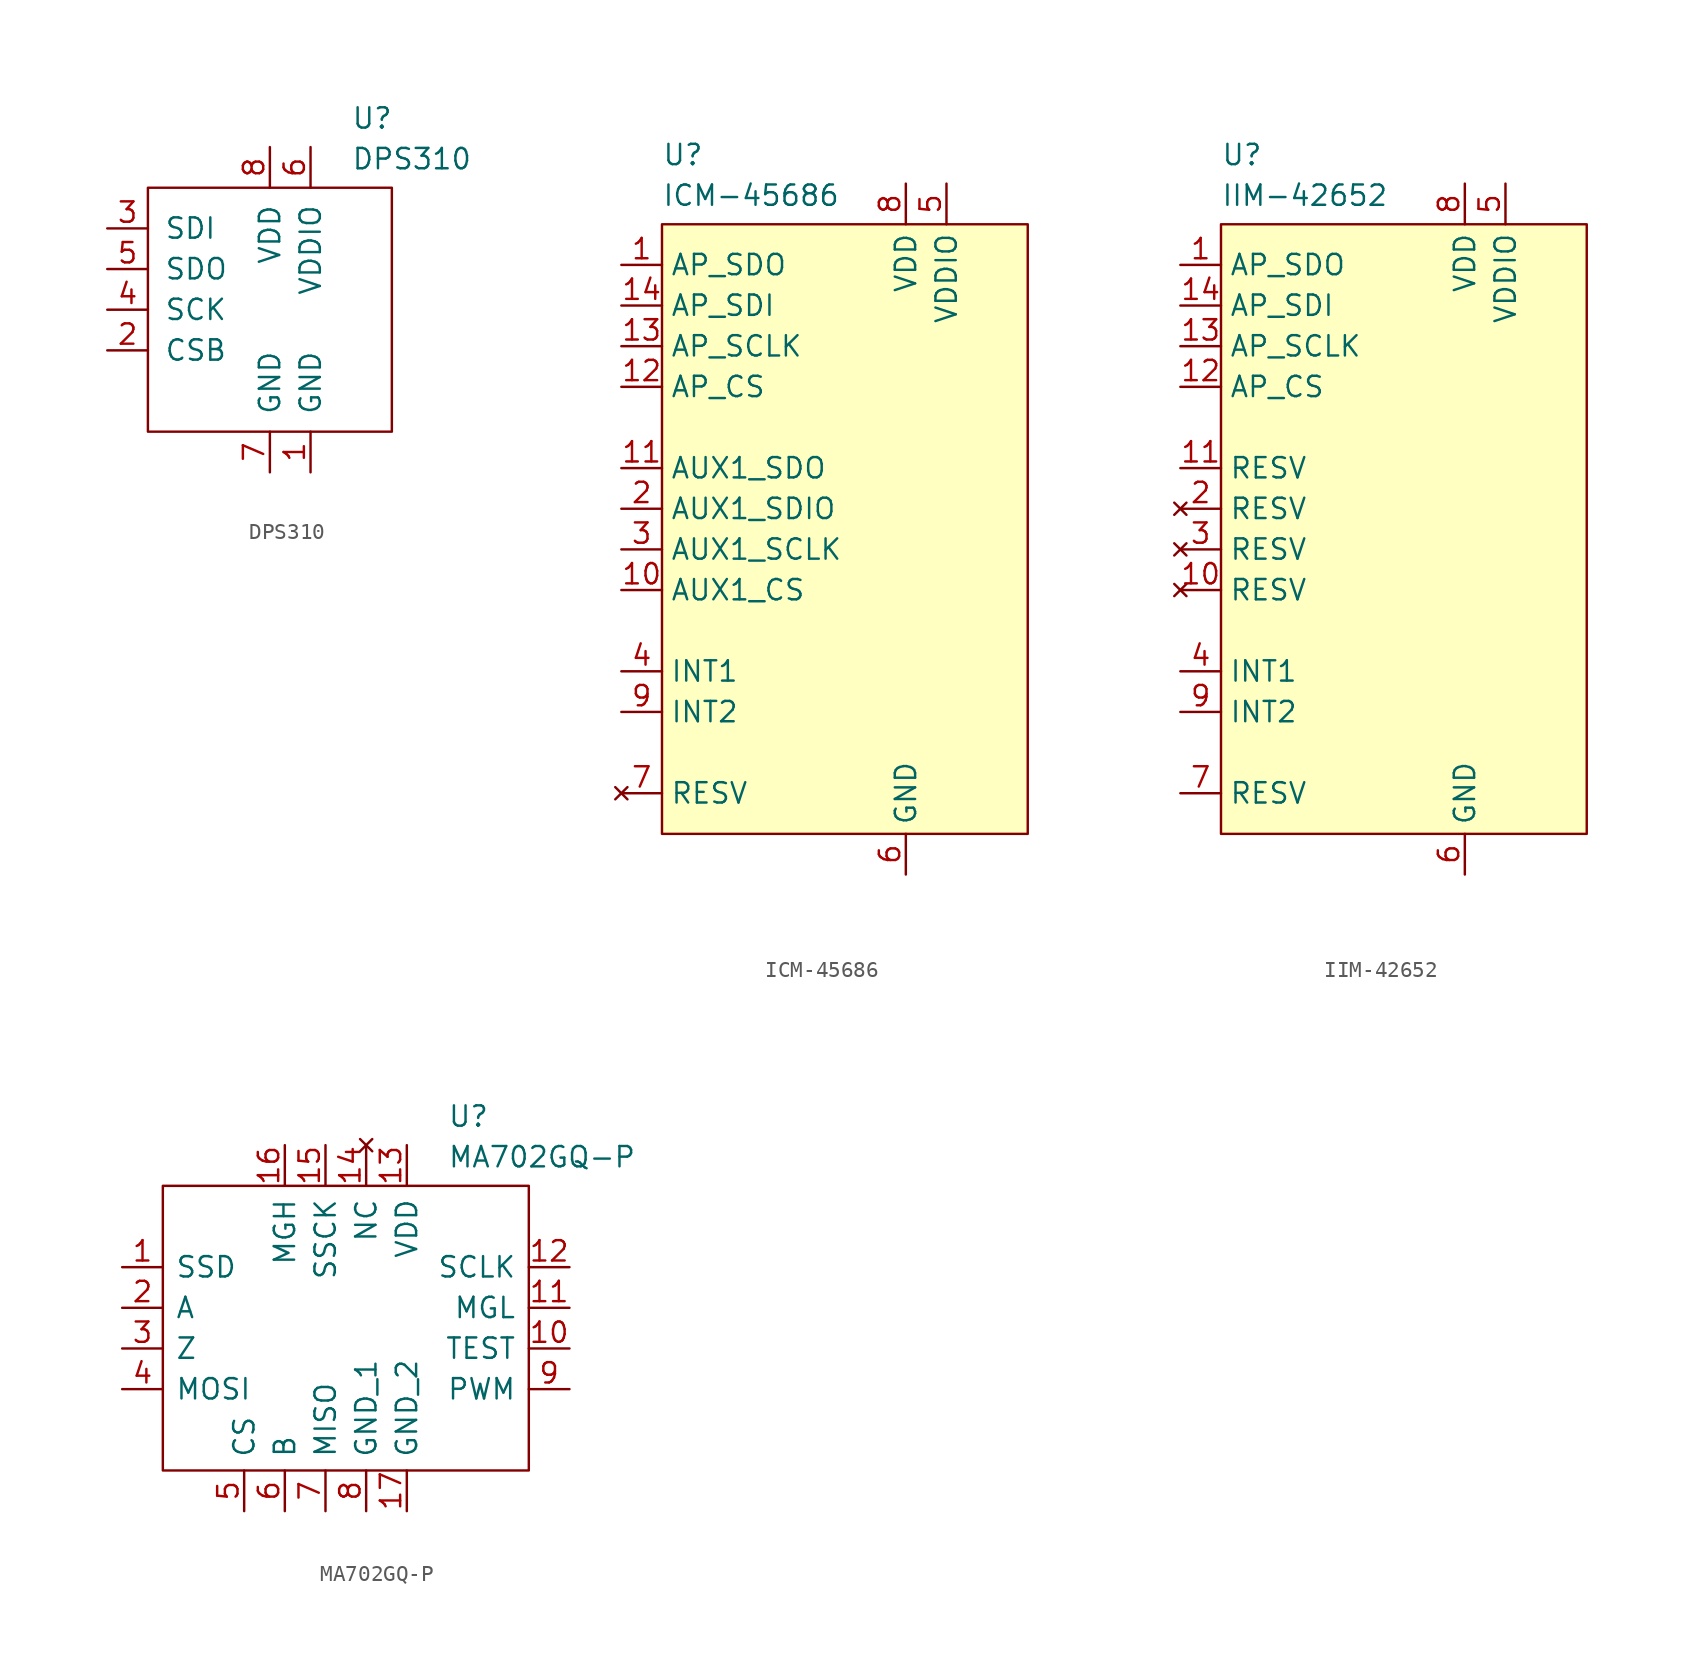
<source format=kicad_sym>
(kicad_symbol_lib
  (version 20241209)
  (generator "kicad_symbol_editor")
  (generator_version "9.0")
  (symbol "DPS310"
    (pin_names
      (offset 1.016))
    (property "Reference" "U"
      (at 15.24 7.62 0)
      (effects (font (size 1.27 1.27)) (justify left top)))
    (property "Value" "DPS310"
      (at 15.24 5.08 0)
      (effects (font (size 1.27 1.27)) (justify left top)))
    (symbol "DPS310_0_1"
      (rectangle (start 2.54 2.54) (end 17.78 -12.7) (stroke (width 0) (type default)) (fill (type none))))
    (symbol "DPS310_1_1"
      (pin input line (at 0 0 0) (length 2.54) (name "SDI" (effects (font (size 1.27 1.27)))) (number "3" (effects (font (size 1.27 1.27)))))
      (pin output line (at 0 -2.54 0) (length 2.54) (name "SDO" (effects (font (size 1.27 1.27)))) (number "5" (effects (font (size 1.27 1.27)))))
      (pin input line (at 0 -5.08 0) (length 2.54) (name "SCK" (effects (font (size 1.27 1.27)))) (number "4" (effects (font (size 1.27 1.27)))))
      (pin input line (at 0 -7.62 0) (length 2.54) (name "CSB" (effects (font (size 1.27 1.27)))) (number "2" (effects (font (size 1.27 1.27)))))
      (pin power_in line (at 10.16 5.08 270) (length 2.54) (name "VDD" (effects (font (size 1.27 1.27)))) (number "8" (effects (font (size 1.27 1.27)))))
      (pin power_in line (at 10.16 -15.24 90) (length 2.54) (name "GND" (effects (font (size 1.27 1.27)))) (number "7" (effects (font (size 1.27 1.27)))))
      (pin power_in line (at 12.7 5.08 270) (length 2.54) (name "VDDIO" (effects (font (size 1.27 1.27)))) (number "6" (effects (font (size 1.27 1.27)))))
      (pin power_in line (at 12.7 -15.24 90) (length 2.54) (name "GND" (effects (font (size 1.27 1.27)))) (number "1" (effects (font (size 1.27 1.27)))))))
  (symbol "ICM-45686"
    (property "Reference" "U"
      (at 2.54 7.62 0)
      (effects (font (size 1.27 1.27)) (justify left top)))
    (property "Value" "ICM-45686"
      (at 2.54 5.08 0)
      (effects (font (size 1.27 1.27)) (justify left top)))
    (symbol "ICM-45686_1_1"
      (rectangle (start 2.54 2.54) (end 25.4 -35.56) (stroke (width 0) (type solid)) (fill (type background)))
      (pin output line (at 0 0 0) (length 2.54) (name "AP_SDO" (effects (font (size 1.27 1.27)))) (number "1" (effects (font (size 1.27 1.27)))))
      (pin bidirectional line (at 0 -2.54 0) (length 2.54) (name "AP_SDI" (effects (font (size 1.27 1.27)))) (number "14" (effects (font (size 1.27 1.27)))))
      (pin input line (at 0 -5.08 0) (length 2.54) (name "AP_SCLK" (effects (font (size 1.27 1.27)))) (number "13" (effects (font (size 1.27 1.27)))))
      (pin input line (at 0 -7.62 0) (length 2.54) (name "AP_CS" (effects (font (size 1.27 1.27)))) (number "12" (effects (font (size 1.27 1.27)))))
      (pin output line (at 0 -12.7 0) (length 2.54) (name "AUX1_SDO" (effects (font (size 1.27 1.27)))) (number "11" (effects (font (size 1.27 1.27)))))
      (pin bidirectional line (at 0 -15.24 0) (length 2.54) (name "AUX1_SDIO" (effects (font (size 1.27 1.27)))) (number "2" (effects (font (size 1.27 1.27)))))
      (pin input line (at 0 -17.78 0) (length 2.54) (name "AUX1_SCLK" (effects (font (size 1.27 1.27)))) (number "3" (effects (font (size 1.27 1.27)))))
      (pin input line (at 0 -20.32 0) (length 2.54) (name "AUX1_CS" (effects (font (size 1.27 1.27)))) (number "10" (effects (font (size 1.27 1.27)))))
      (pin output line (at 0 -25.4 0) (length 2.54) (name "INT1" (effects (font (size 1.27 1.27)))) (number "4" (effects (font (size 1.27 1.27)))))
      (pin bidirectional line (at 0 -27.94 0) (length 2.54) (name "INT2" (effects (font (size 1.27 1.27)))) (number "9" (effects (font (size 1.27 1.27)))))
      (pin no_connect line (at 0 -33.02 0) (length 2.54) (name "RESV" (effects (font (size 1.27 1.27)))) (number "7" (effects (font (size 1.27 1.27)))))
      (pin power_in line (at 17.78 5.08 270) (length 2.54) (name "VDD" (effects (font (size 1.27 1.27)))) (number "8" (effects (font (size 1.27 1.27)))))
      (pin power_in line (at 17.78 -38.1 90) (length 2.54) (name "GND" (effects (font (size 1.27 1.27)))) (number "6" (effects (font (size 1.27 1.27)))))
      (pin power_in line (at 20.32 5.08 270) (length 2.54) (name "VDDIO" (effects (font (size 1.27 1.27)))) (number "5" (effects (font (size 1.27 1.27)))))))
  (symbol "IIM-42652"
    (property "Reference" "U"
      (at 2.54 7.62 0)
      (effects (font (size 1.27 1.27)) (justify left top)))
    (property "Value" "IIM-42652"
      (at 2.54 5.08 0)
      (effects (font (size 1.27 1.27)) (justify left top)))
    (symbol "IIM-42652_1_1"
      (rectangle (start 2.54 2.54) (end 25.4 -35.56) (stroke (width 0) (type solid)) (fill (type background)))
      (pin output line (at 0 0 0) (length 2.54) (name "AP_SDO" (effects (font (size 1.27 1.27)))) (number "1" (effects (font (size 1.27 1.27)))))
      (pin bidirectional line (at 0 -2.54 0) (length 2.54) (name "AP_SDI" (effects (font (size 1.27 1.27)))) (number "14" (effects (font (size 1.27 1.27)))))
      (pin input line (at 0 -5.08 0) (length 2.54) (name "AP_SCLK" (effects (font (size 1.27 1.27)))) (number "13" (effects (font (size 1.27 1.27)))))
      (pin input line (at 0 -7.62 0) (length 2.54) (name "AP_CS" (effects (font (size 1.27 1.27)))) (number "12" (effects (font (size 1.27 1.27)))))
      (pin output line (at 0 -12.7 0) (length 2.54) (name "RESV" (effects (font (size 1.27 1.27)))) (number "11" (effects (font (size 1.27 1.27)))))
      (pin no_connect line (at 0 -15.24 0) (length 2.54) (name "RESV" (effects (font (size 1.27 1.27)))) (number "2" (effects (font (size 1.27 1.27)))))
      (pin no_connect line (at 0 -17.78 0) (length 2.54) (name "RESV" (effects (font (size 1.27 1.27)))) (number "3" (effects (font (size 1.27 1.27)))))
      (pin no_connect line (at 0 -20.32 0) (length 2.54) (name "RESV" (effects (font (size 1.27 1.27)))) (number "10" (effects (font (size 1.27 1.27)))))
      (pin output line (at 0 -25.4 0) (length 2.54) (name "INT1" (effects (font (size 1.27 1.27)))) (number "4" (effects (font (size 1.27 1.27)))))
      (pin bidirectional line (at 0 -27.94 0) (length 2.54) (name "INT2" (effects (font (size 1.27 1.27)))) (number "9" (effects (font (size 1.27 1.27)))))
      (pin passive line (at 0 -33.02 0) (length 2.54) (name "RESV" (effects (font (size 1.27 1.27)))) (number "7" (effects (font (size 1.27 1.27)))))
      (pin power_in line (at 17.78 5.08 270) (length 2.54) (name "VDD" (effects (font (size 1.27 1.27)))) (number "8" (effects (font (size 1.27 1.27)))))
      (pin power_in line (at 17.78 -38.1 90) (length 2.54) (name "GND" (effects (font (size 1.27 1.27)))) (number "6" (effects (font (size 1.27 1.27)))))
      (pin power_in line (at 20.32 5.08 270) (length 2.54) (name "VDDIO" (effects (font (size 1.27 1.27)))) (number "5" (effects (font (size 1.27 1.27)))))))
  (symbol "MA702GQ-P"
    (pin_names
      (offset 0.762))
    (property "Reference" "U"
      (at 20.32 10.16 0)
      (effects (font (size 1.27 1.27)) (justify left top)))
    (property "Value" "MA702GQ-P"
      (at 20.32 7.62 0)
      (effects (font (size 1.27 1.27)) (justify left top)))
    (symbol "MA702GQ-P_0_0"
      (pin passive line (at 0 0 0) (length 2.54) (name "SSD" (effects (font (size 1.27 1.27)))) (number "1" (effects (font (size 1.27 1.27)))))
      (pin passive line (at 0 -2.54 0) (length 2.54) (name "A" (effects (font (size 1.27 1.27)))) (number "2" (effects (font (size 1.27 1.27)))))
      (pin passive line (at 0 -5.08 0) (length 2.54) (name "Z" (effects (font (size 1.27 1.27)))) (number "3" (effects (font (size 1.27 1.27)))))
      (pin passive line (at 0 -7.62 0) (length 2.54) (name "MOSI" (effects (font (size 1.27 1.27)))) (number "4" (effects (font (size 1.27 1.27)))))
      (pin passive line (at 7.62 -15.24 90) (length 2.54) (name "CS" (effects (font (size 1.27 1.27)))) (number "5" (effects (font (size 1.27 1.27)))))
      (pin passive line (at 10.16 7.62 270) (length 2.54) (name "MGH" (effects (font (size 1.27 1.27)))) (number "16" (effects (font (size 1.27 1.27)))))
      (pin passive line (at 10.16 -15.24 90) (length 2.54) (name "B" (effects (font (size 1.27 1.27)))) (number "6" (effects (font (size 1.27 1.27)))))
      (pin passive line (at 12.7 7.62 270) (length 2.54) (name "SSCK" (effects (font (size 1.27 1.27)))) (number "15" (effects (font (size 1.27 1.27)))))
      (pin passive line (at 12.7 -15.24 90) (length 2.54) (name "MISO" (effects (font (size 1.27 1.27)))) (number "7" (effects (font (size 1.27 1.27)))))
      (pin no_connect line (at 15.24 7.62 270) (length 2.54) (name "NC" (effects (font (size 1.27 1.27)))) (number "14" (effects (font (size 1.27 1.27)))))
      (pin passive line (at 15.24 -15.24 90) (length 2.54) (name "GND_1" (effects (font (size 1.27 1.27)))) (number "8" (effects (font (size 1.27 1.27)))))
      (pin passive line (at 17.78 7.62 270) (length 2.54) (name "VDD" (effects (font (size 1.27 1.27)))) (number "13" (effects (font (size 1.27 1.27)))))
      (pin passive line (at 17.78 -15.24 90) (length 2.54) (name "GND_2" (effects (font (size 1.27 1.27)))) (number "17" (effects (font (size 1.27 1.27)))))
      (pin passive line (at 27.94 0 180) (length 2.54) (name "SCLK" (effects (font (size 1.27 1.27)))) (number "12" (effects (font (size 1.27 1.27)))))
      (pin passive line (at 27.94 -2.54 180) (length 2.54) (name "MGL" (effects (font (size 1.27 1.27)))) (number "11" (effects (font (size 1.27 1.27)))))
      (pin passive line (at 27.94 -5.08 180) (length 2.54) (name "TEST" (effects (font (size 1.27 1.27)))) (number "10" (effects (font (size 1.27 1.27)))))
      (pin passive line (at 27.94 -7.62 180) (length 2.54) (name "PWM" (effects (font (size 1.27 1.27)))) (number "9" (effects (font (size 1.27 1.27))))))
    (symbol "MA702GQ-P_0_1"
      (polyline (pts (xy 2.54 5.08) (xy 25.4 5.08) (xy 25.4 -12.7) (xy 2.54 -12.7) (xy 2.54 5.08)) (stroke (width 0.152) (type default)) (fill (type none))))))
</source>
